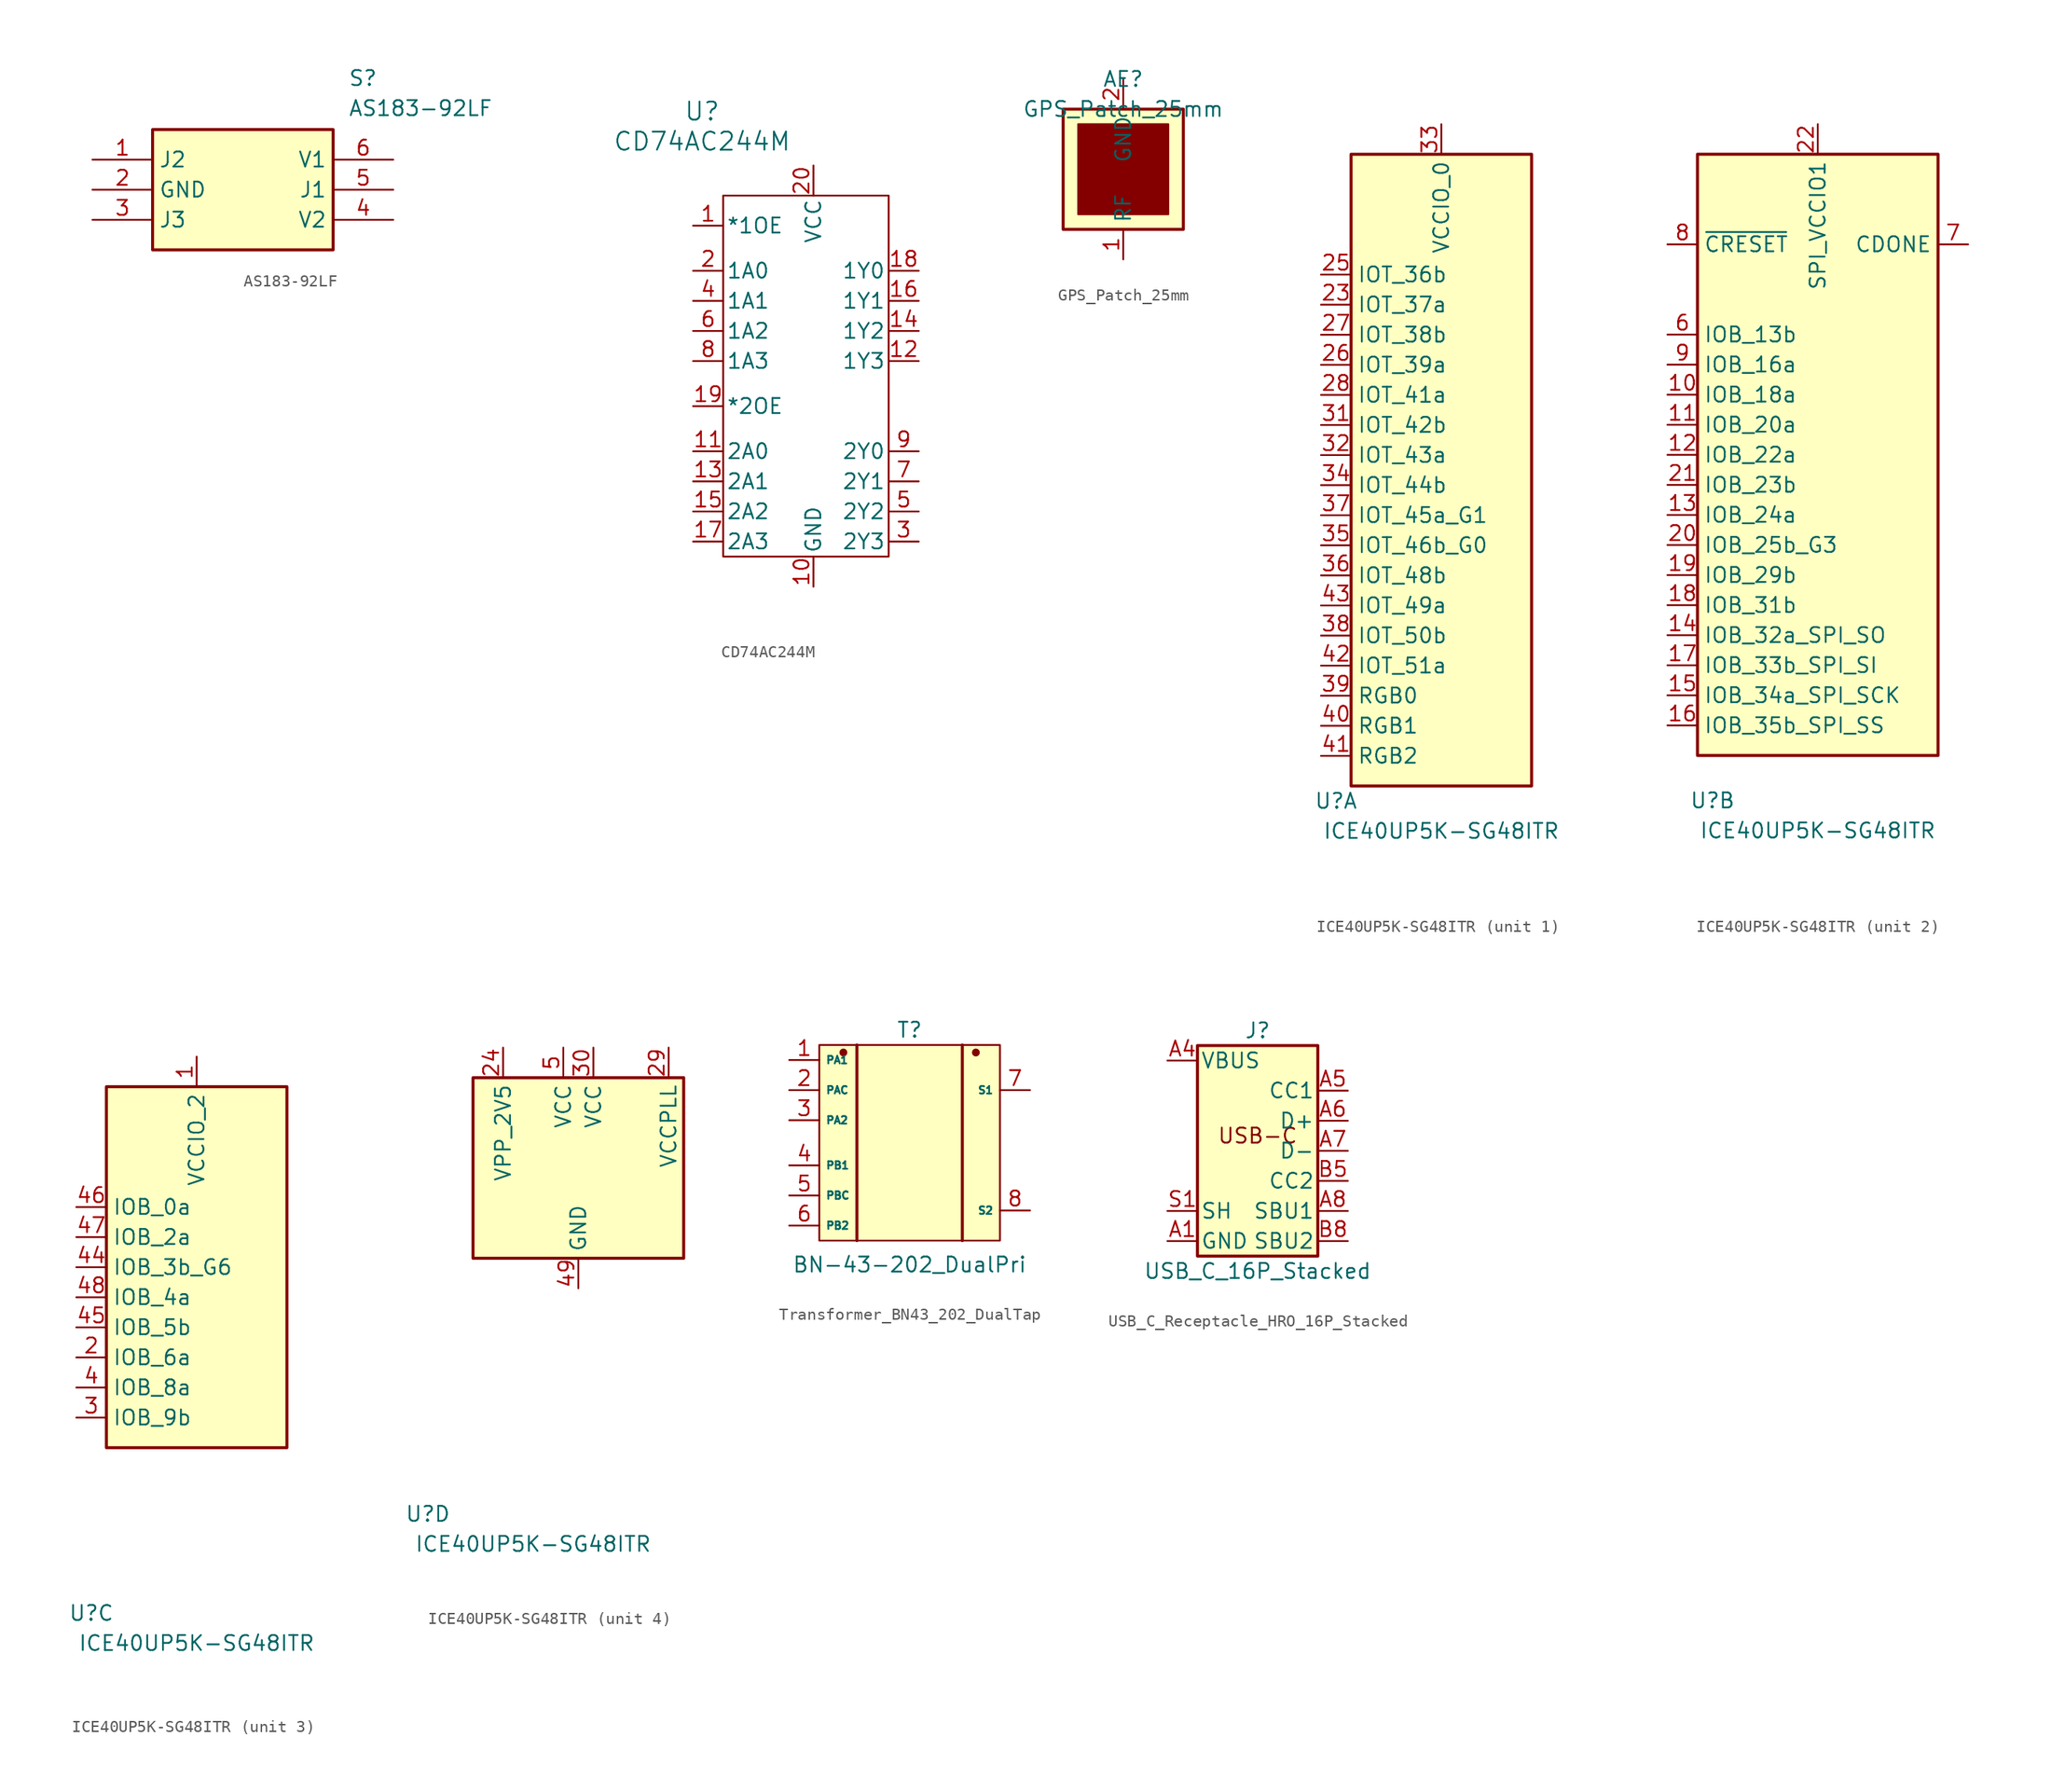
<source format=kicad_sym>
(kicad_symbol_lib
  (version 20241209)
  (generator "kicad_symbol_editor")
  (generator_version "9.0")
  (symbol "AS183-92LF"
    (property "Reference" "S"
      (at 21.59 7.62 0)
      (effects (font (size 1.27 1.27)) (justify left top)))
    (property "Value" "AS183-92LF"
      (at 21.59 5.08 0)
      (effects (font (size 1.27 1.27)) (justify left top)))
    (symbol "AS183-92LF_1_1"
      (rectangle (start 5.08 2.54) (end 20.32 -7.62) (stroke (width 0.254) (type default)) (fill (type background)))
      (pin passive line (at 0 0 0) (length 5.08) (name "J2" (effects (font (size 1.27 1.27)))) (number "1" (effects (font (size 1.27 1.27)))))
      (pin passive line (at 0 -2.54 0) (length 5.08) (name "GND" (effects (font (size 1.27 1.27)))) (number "2" (effects (font (size 1.27 1.27)))))
      (pin passive line (at 0 -5.08 0) (length 5.08) (name "J3" (effects (font (size 1.27 1.27)))) (number "3" (effects (font (size 1.27 1.27)))))
      (pin passive line (at 25.4 0 180) (length 5.08) (name "V1" (effects (font (size 1.27 1.27)))) (number "6" (effects (font (size 1.27 1.27)))))
      (pin passive line (at 25.4 -2.54 180) (length 5.08) (name "J1" (effects (font (size 1.27 1.27)))) (number "5" (effects (font (size 1.27 1.27)))))
      (pin passive line (at 25.4 -5.08 180) (length 5.08) (name "V2" (effects (font (size 1.27 1.27)))) (number "4" (effects (font (size 1.27 1.27)))))))
  (symbol "CD74AC244M"
    (pin_names
      (offset 0.254))
    (property "Reference" "U"
      (at 13.462 9.652 0)
      (effects (font (size 1.524 1.524))))
    (property "Value" "CD74AC244M"
      (at 13.462 7.112 0)
      (effects (font (size 1.524 1.524))))
    (property "ki_locked" ""
      (at 0 0 0)
      (effects (font (size 1.27 1.27))))
    (symbol "CD74AC244M_1_1"
      (rectangle (start 15.24 2.54) (end 29.21 -27.94) (stroke (width 0) (type default)) (fill (type none)))
      (pin input line (at 12.7 0 0) (length 2.54) (name "*1OE" (effects (font (size 1.27 1.27)))) (number "1" (effects (font (size 1.27 1.27)))))
      (pin input line (at 12.7 -3.81 0) (length 2.54) (name "1A0" (effects (font (size 1.27 1.27)))) (number "2" (effects (font (size 1.27 1.27)))))
      (pin input line (at 12.7 -6.35 0) (length 2.54) (name "1A1" (effects (font (size 1.27 1.27)))) (number "4" (effects (font (size 1.27 1.27)))))
      (pin input line (at 12.7 -8.89 0) (length 2.54) (name "1A2" (effects (font (size 1.27 1.27)))) (number "6" (effects (font (size 1.27 1.27)))))
      (pin input line (at 12.7 -11.43 0) (length 2.54) (name "1A3" (effects (font (size 1.27 1.27)))) (number "8" (effects (font (size 1.27 1.27)))))
      (pin input line (at 12.7 -15.24 0) (length 2.54) (name "*2OE" (effects (font (size 1.27 1.27)))) (number "19" (effects (font (size 1.27 1.27)))))
      (pin input line (at 12.7 -19.05 0) (length 2.54) (name "2A0" (effects (font (size 1.27 1.27)))) (number "11" (effects (font (size 1.27 1.27)))))
      (pin input line (at 12.7 -21.59 0) (length 2.54) (name "2A1" (effects (font (size 1.27 1.27)))) (number "13" (effects (font (size 1.27 1.27)))))
      (pin input line (at 12.7 -24.13 0) (length 2.54) (name "2A2" (effects (font (size 1.27 1.27)))) (number "15" (effects (font (size 1.27 1.27)))))
      (pin input line (at 12.7 -26.67 0) (length 2.54) (name "2A3" (effects (font (size 1.27 1.27)))) (number "17" (effects (font (size 1.27 1.27)))))
      (pin power_in line (at 22.86 5.08 270) (length 2.54) (name "VCC" (effects (font (size 1.27 1.27)))) (number "20" (effects (font (size 1.27 1.27)))))
      (pin power_in line (at 22.86 -30.48 90) (length 2.54) (name "GND" (effects (font (size 1.27 1.27)))) (number "10" (effects (font (size 1.27 1.27)))))
      (pin output line (at 31.75 -3.81 180) (length 2.54) (name "1Y0" (effects (font (size 1.27 1.27)))) (number "18" (effects (font (size 1.27 1.27)))))
      (pin output line (at 31.75 -6.35 180) (length 2.54) (name "1Y1" (effects (font (size 1.27 1.27)))) (number "16" (effects (font (size 1.27 1.27)))))
      (pin output line (at 31.75 -8.89 180) (length 2.54) (name "1Y2" (effects (font (size 1.27 1.27)))) (number "14" (effects (font (size 1.27 1.27)))))
      (pin output line (at 31.75 -11.43 180) (length 2.54) (name "1Y3" (effects (font (size 1.27 1.27)))) (number "12" (effects (font (size 1.27 1.27)))))
      (pin output line (at 31.75 -19.05 180) (length 2.54) (name "2Y0" (effects (font (size 1.27 1.27)))) (number "9" (effects (font (size 1.27 1.27)))))
      (pin output line (at 31.75 -21.59 180) (length 2.54) (name "2Y1" (effects (font (size 1.27 1.27)))) (number "7" (effects (font (size 1.27 1.27)))))
      (pin output line (at 31.75 -24.13 180) (length 2.54) (name "2Y2" (effects (font (size 1.27 1.27)))) (number "5" (effects (font (size 1.27 1.27)))))
      (pin output line (at 31.75 -26.67 180) (length 2.54) (name "2Y3" (effects (font (size 1.27 1.27)))) (number "3" (effects (font (size 1.27 1.27)))))))
  (symbol "GPS_Patch_25mm"
    (property "Reference" "AE"
      (at 0 7.62 0)
      (effects (font (size 1.27 1.27))))
    (property "Value" "GPS_Patch_25mm"
      (at 0 5.08 0)
      (effects (font (size 1.27 1.27))))
    (symbol "GPS_Patch_25mm_0_1"
      (rectangle (start -5.08 5.08) (end 5.08 -5.08) (stroke (width 0.254) (type default)) (fill (type background)))
      (rectangle (start -3.81 3.81) (end 3.81 -3.81) (stroke (width 0) (type default)) (fill (type outline)))
      (circle (center 0 -1.27) (radius 0.5) (stroke (width 0) (type default)) (fill (type outline))))
    (symbol "GPS_Patch_25mm_1_1"
      (pin power_in line (at 0 7.62 270) (length 2.54) (name "GND" (effects (font (size 1.27 1.27)))) (number "2" (effects (font (size 1.27 1.27)))))
      (pin input line (at 0 -7.62 90) (length 2.54) (name "RF" (effects (font (size 1.27 1.27)))) (number "1" (effects (font (size 1.27 1.27)))))))
  (symbol "ICE40UP5K-SG48ITR"
    (property "Reference" "U"
      (at -8.89 -29.21 0)
      (effects (font (size 1.27 1.27))))
    (property "Value" "ICE40UP5K-SG48ITR"
      (at 0 -31.75 0)
      (effects (font (size 1.27 1.27))))
    (property "ki_locked" ""
      (at 0 0 0)
      (effects (font (size 1.27 1.27))))
    (symbol "ICE40UP5K-SG48ITR_1_1"
      (rectangle (start -7.62 25.4) (end 7.62 -27.94) (stroke (width 0.254) (type default)) (fill (type background)))
      (pin bidirectional line (at -10.16 15.24 0) (length 2.54) (name "IOT_36b" (effects (font (size 1.27 1.27)))) (number "25" (effects (font (size 1.27 1.27)))))
      (pin bidirectional line (at -10.16 12.7 0) (length 2.54) (name "IOT_37a" (effects (font (size 1.27 1.27)))) (number "23" (effects (font (size 1.27 1.27)))))
      (pin bidirectional line (at -10.16 10.16 0) (length 2.54) (name "IOT_38b" (effects (font (size 1.27 1.27)))) (number "27" (effects (font (size 1.27 1.27)))))
      (pin bidirectional line (at -10.16 7.62 0) (length 2.54) (name "IOT_39a" (effects (font (size 1.27 1.27)))) (number "26" (effects (font (size 1.27 1.27)))))
      (pin bidirectional line (at -10.16 5.08 0) (length 2.54) (name "IOT_41a" (effects (font (size 1.27 1.27)))) (number "28" (effects (font (size 1.27 1.27)))))
      (pin bidirectional line (at -10.16 2.54 0) (length 2.54) (name "IOT_42b" (effects (font (size 1.27 1.27)))) (number "31" (effects (font (size 1.27 1.27)))))
      (pin bidirectional line (at -10.16 0 0) (length 2.54) (name "IOT_43a" (effects (font (size 1.27 1.27)))) (number "32" (effects (font (size 1.27 1.27)))))
      (pin bidirectional line (at -10.16 -2.54 0) (length 2.54) (name "IOT_44b" (effects (font (size 1.27 1.27)))) (number "34" (effects (font (size 1.27 1.27)))))
      (pin bidirectional line (at -10.16 -5.08 0) (length 2.54) (name "IOT_45a_G1" (effects (font (size 1.27 1.27)))) (number "37" (effects (font (size 1.27 1.27)))))
      (pin bidirectional line (at -10.16 -7.62 0) (length 2.54) (name "IOT_46b_G0" (effects (font (size 1.27 1.27)))) (number "35" (effects (font (size 1.27 1.27)))))
      (pin bidirectional line (at -10.16 -10.16 0) (length 2.54) (name "IOT_48b" (effects (font (size 1.27 1.27)))) (number "36" (effects (font (size 1.27 1.27)))))
      (pin bidirectional line (at -10.16 -12.7 0) (length 2.54) (name "IOT_49a" (effects (font (size 1.27 1.27)))) (number "43" (effects (font (size 1.27 1.27)))))
      (pin bidirectional line (at -10.16 -15.24 0) (length 2.54) (name "IOT_50b" (effects (font (size 1.27 1.27)))) (number "38" (effects (font (size 1.27 1.27)))))
      (pin bidirectional line (at -10.16 -17.78 0) (length 2.54) (name "IOT_51a" (effects (font (size 1.27 1.27)))) (number "42" (effects (font (size 1.27 1.27)))))
      (pin open_collector line (at -10.16 -20.32 0) (length 2.54) (name "RGB0" (effects (font (size 1.27 1.27)))) (number "39" (effects (font (size 1.27 1.27)))))
      (pin open_collector line (at -10.16 -22.86 0) (length 2.54) (name "RGB1" (effects (font (size 1.27 1.27)))) (number "40" (effects (font (size 1.27 1.27)))))
      (pin open_collector line (at -10.16 -25.4 0) (length 2.54) (name "RGB2" (effects (font (size 1.27 1.27)))) (number "41" (effects (font (size 1.27 1.27)))))
      (pin power_in line (at 0 27.94 270) (length 2.54) (name "VCCIO_0" (effects (font (size 1.27 1.27)))) (number "33" (effects (font (size 1.27 1.27))))))
    (symbol "ICE40UP5K-SG48ITR_2_1"
      (rectangle (start -10.16 25.4) (end 10.16 -25.4) (stroke (width 0.254) (type default)) (fill (type background)))
      (pin input line (at -12.7 17.78 0) (length 2.54) (name "~{CRESET}" (effects (font (size 1.27 1.27)))) (number "8" (effects (font (size 1.27 1.27)))))
      (pin bidirectional line (at -12.7 10.16 0) (length 2.54) (name "IOB_13b" (effects (font (size 1.27 1.27)))) (number "6" (effects (font (size 1.27 1.27)))))
      (pin bidirectional line (at -12.7 7.62 0) (length 2.54) (name "IOB_16a" (effects (font (size 1.27 1.27)))) (number "9" (effects (font (size 1.27 1.27)))))
      (pin bidirectional line (at -12.7 5.08 0) (length 2.54) (name "IOB_18a" (effects (font (size 1.27 1.27)))) (number "10" (effects (font (size 1.27 1.27)))))
      (pin bidirectional line (at -12.7 2.54 0) (length 2.54) (name "IOB_20a" (effects (font (size 1.27 1.27)))) (number "11" (effects (font (size 1.27 1.27)))))
      (pin bidirectional line (at -12.7 0 0) (length 2.54) (name "IOB_22a" (effects (font (size 1.27 1.27)))) (number "12" (effects (font (size 1.27 1.27)))))
      (pin bidirectional line (at -12.7 -2.54 0) (length 2.54) (name "IOB_23b" (effects (font (size 1.27 1.27)))) (number "21" (effects (font (size 1.27 1.27)))))
      (pin bidirectional line (at -12.7 -5.08 0) (length 2.54) (name "IOB_24a" (effects (font (size 1.27 1.27)))) (number "13" (effects (font (size 1.27 1.27)))))
      (pin bidirectional line (at -12.7 -7.62 0) (length 2.54) (name "IOB_25b_G3" (effects (font (size 1.27 1.27)))) (number "20" (effects (font (size 1.27 1.27)))))
      (pin bidirectional line (at -12.7 -10.16 0) (length 2.54) (name "IOB_29b" (effects (font (size 1.27 1.27)))) (number "19" (effects (font (size 1.27 1.27)))))
      (pin bidirectional line (at -12.7 -12.7 0) (length 2.54) (name "IOB_31b" (effects (font (size 1.27 1.27)))) (number "18" (effects (font (size 1.27 1.27)))))
      (pin bidirectional line (at -12.7 -15.24 0) (length 2.54) (name "IOB_32a_SPI_SO" (effects (font (size 1.27 1.27)))) (number "14" (effects (font (size 1.27 1.27)))))
      (pin bidirectional line (at -12.7 -17.78 0) (length 2.54) (name "IOB_33b_SPI_SI" (effects (font (size 1.27 1.27)))) (number "17" (effects (font (size 1.27 1.27)))))
      (pin bidirectional line (at -12.7 -20.32 0) (length 2.54) (name "IOB_34a_SPI_SCK" (effects (font (size 1.27 1.27)))) (number "15" (effects (font (size 1.27 1.27)))))
      (pin bidirectional line (at -12.7 -22.86 0) (length 2.54) (name "IOB_35b_SPI_SS" (effects (font (size 1.27 1.27)))) (number "16" (effects (font (size 1.27 1.27)))))
      (pin power_in line (at 0 27.94 270) (length 2.54) (name "SPI_VCCIO1" (effects (font (size 1.27 1.27)))) (number "22" (effects (font (size 1.27 1.27)))))
      (pin open_collector line (at 12.7 17.78 180) (length 2.54) (name "CDONE" (effects (font (size 1.27 1.27)))) (number "7" (effects (font (size 1.27 1.27))))))
    (symbol "ICE40UP5K-SG48ITR_3_1"
      (rectangle (start -7.62 15.24) (end 7.62 -15.24) (stroke (width 0.254) (type default)) (fill (type background)))
      (pin bidirectional line (at -10.16 5.08 0) (length 2.54) (name "IOB_0a" (effects (font (size 1.27 1.27)))) (number "46" (effects (font (size 1.27 1.27)))))
      (pin bidirectional line (at -10.16 2.54 0) (length 2.54) (name "IOB_2a" (effects (font (size 1.27 1.27)))) (number "47" (effects (font (size 1.27 1.27)))))
      (pin bidirectional line (at -10.16 0 0) (length 2.54) (name "IOB_3b_G6" (effects (font (size 1.27 1.27)))) (number "44" (effects (font (size 1.27 1.27)))))
      (pin bidirectional line (at -10.16 -2.54 0) (length 2.54) (name "IOB_4a" (effects (font (size 1.27 1.27)))) (number "48" (effects (font (size 1.27 1.27)))))
      (pin bidirectional line (at -10.16 -5.08 0) (length 2.54) (name "IOB_5b" (effects (font (size 1.27 1.27)))) (number "45" (effects (font (size 1.27 1.27)))))
      (pin bidirectional line (at -10.16 -7.62 0) (length 2.54) (name "IOB_6a" (effects (font (size 1.27 1.27)))) (number "2" (effects (font (size 1.27 1.27)))))
      (pin bidirectional line (at -10.16 -10.16 0) (length 2.54) (name "IOB_8a" (effects (font (size 1.27 1.27)))) (number "4" (effects (font (size 1.27 1.27)))))
      (pin bidirectional line (at -10.16 -12.7 0) (length 2.54) (name "IOB_9b" (effects (font (size 1.27 1.27)))) (number "3" (effects (font (size 1.27 1.27)))))
      (pin power_in line (at 0 17.78 270) (length 2.54) (name "VCCIO_2" (effects (font (size 1.27 1.27)))) (number "1" (effects (font (size 1.27 1.27))))))
    (symbol "ICE40UP5K-SG48ITR_4_1"
      (rectangle (start -5.08 7.62) (end 12.7 -7.62) (stroke (width 0.254) (type default)) (fill (type background)))
      (pin power_in line (at -2.54 10.16 270) (length 2.54) (name "VPP_2V5" (effects (font (size 1.27 1.27)))) (number "24" (effects (font (size 1.27 1.27)))))
      (pin power_in line (at 2.54 10.16 270) (length 2.54) (name "VCC" (effects (font (size 1.27 1.27)))) (number "5" (effects (font (size 1.27 1.27)))))
      (pin power_in line (at 3.81 -10.16 90) (length 2.54) (name "GND" (effects (font (size 1.27 1.27)))) (number "49" (effects (font (size 1.27 1.27)))))
      (pin passive line (at 5.08 10.16 270) (length 2.54) (name "VCC" (effects (font (size 1.27 1.27)))) (number "30" (effects (font (size 1.27 1.27)))))
      (pin power_out line (at 11.43 10.16 270) (length 2.54) (name "VCCPLL" (effects (font (size 1.27 1.27)))) (number "29" (effects (font (size 1.27 1.27)))))))
  (symbol "Transformer_BN43_202_DualTap"
    (property "Reference" "T"
      (at 0 7.62 0)
      (effects (font (size 1.27 1.27))))
    (property "Value" "BN-43-202_DualPri"
      (at 0 -12.192 0)
      (effects (font (size 1.27 1.27))))
    (symbol "Transformer_BN43_202_DualTap_1_1"
      (rectangle (start -7.62 6.35) (end 7.62 -10.16) (stroke (width 0) (type default)) (fill (type background)))
      (circle (center -5.588 5.715) (radius 0.254) (stroke (width 0) (type default)) (fill (type outline)))
      (polyline (pts (xy -4.445 6.35) (xy -4.445 -10.16)) (stroke (width 0.254) (type default)) (fill (type none)))
      (polyline (pts (xy 4.445 6.35) (xy 4.445 -10.16)) (stroke (width 0.254) (type default)) (fill (type none)))
      (circle (center 5.588 5.715) (radius 0.254) (stroke (width 0) (type default)) (fill (type outline)))
      (pin passive line (at -10.16 5.08 0) (length 2.54) (name "PA1" (effects (font (size 0.635 0.635)))) (number "1" (effects (font (size 1.27 1.27)))))
      (pin passive line (at -10.16 2.54 0) (length 2.54) (name "PAC" (effects (font (size 0.635 0.635)))) (number "2" (effects (font (size 1.27 1.27)))))
      (pin passive line (at -10.16 0 0) (length 2.54) (name "PA2" (effects (font (size 0.635 0.635)))) (number "3" (effects (font (size 1.27 1.27)))))
      (pin passive line (at -10.16 -3.81 0) (length 2.54) (name "PB1" (effects (font (size 0.635 0.635)))) (number "4" (effects (font (size 1.27 1.27)))))
      (pin passive line (at -10.16 -6.35 0) (length 2.54) (name "PBC" (effects (font (size 0.635 0.635)))) (number "5" (effects (font (size 1.27 1.27)))))
      (pin passive line (at -10.16 -8.89 0) (length 2.54) (name "PB2" (effects (font (size 0.635 0.635)))) (number "6" (effects (font (size 1.27 1.27)))))
      (pin passive line (at 10.16 2.54 180) (length 2.54) (name "S1" (effects (font (size 0.635 0.635)))) (number "7" (effects (font (size 1.27 1.27)))))
      (pin passive line (at 10.16 -7.62 180) (length 2.54) (name "S2" (effects (font (size 0.635 0.635)))) (number "8" (effects (font (size 1.27 1.27)))))))
  (symbol "USB_C_Receptacle_HRO_16P_Stacked"
    (pin_names
      (offset 0.254))
    (property "Reference" "J"
      (at 0 10.16 0)
      (effects (font (size 1.27 1.27))))
    (property "Value" "USB_C_16P_Stacked"
      (at 0 -10.16 0)
      (effects (font (size 1.27 1.27))))
    (symbol "USB_C_Receptacle_HRO_16P_Stacked_0_1"
      (rectangle (start -5.08 8.89) (end 5.08 -8.89) (stroke (width 0.254) (type default)) (fill (type background)))
      (text "USB-C" (at 0 1.27 0) (effects (font (size 1.27 1.27)))))
    (symbol "USB_C_Receptacle_HRO_16P_Stacked_1_1"
      (pin power_out line (at -7.62 7.62 0) (length 2.54) (name "VBUS" (effects (font (size 1.27 1.27)))) (number "A4" (effects (font (size 1.27 1.27)))))
      (pin power_out line (at -7.62 7.62 0) (length 2.54) (hide yes) (name "VBUS" (effects (font (size 1.27 1.27)))) (number "A9" (effects (font (size 1.27 1.27)))))
      (pin power_out line (at -7.62 7.62 0) (length 2.54) (hide yes) (name "VBUS" (effects (font (size 1.27 1.27)))) (number "B4" (effects (font (size 1.27 1.27)))))
      (pin power_out line (at -7.62 7.62 0) (length 2.54) (hide yes) (name "VBUS" (effects (font (size 1.27 1.27)))) (number "B9" (effects (font (size 1.27 1.27)))))
      (pin passive line (at -7.62 -5.08 0) (length 2.54) (name "SH" (effects (font (size 1.27 1.27)))) (number "S1" (effects (font (size 1.27 1.27)))))
      (pin passive line (at -7.62 -5.08 0) (length 2.54) (hide yes) (name "SH" (effects (font (size 1.27 1.27)))) (number "S2" (effects (font (size 1.27 1.27)))))
      (pin passive line (at -7.62 -5.08 0) (length 2.54) (hide yes) (name "SH" (effects (font (size 1.27 1.27)))) (number "S3" (effects (font (size 1.27 1.27)))))
      (pin passive line (at -7.62 -5.08 0) (length 2.54) (hide yes) (name "SH" (effects (font (size 1.27 1.27)))) (number "S4" (effects (font (size 1.27 1.27)))))
      (pin power_out line (at -7.62 -7.62 0) (length 2.54) (name "GND" (effects (font (size 1.27 1.27)))) (number "A1" (effects (font (size 1.27 1.27)))))
      (pin power_out line (at -7.62 -7.62 0) (length 2.54) (hide yes) (name "GND" (effects (font (size 1.27 1.27)))) (number "A12" (effects (font (size 1.27 1.27)))))
      (pin power_out line (at -7.62 -7.62 0) (length 2.54) (hide yes) (name "GND" (effects (font (size 1.27 1.27)))) (number "B1" (effects (font (size 1.27 1.27)))))
      (pin power_out line (at -7.62 -7.62 0) (length 2.54) (hide yes) (name "GND" (effects (font (size 1.27 1.27)))) (number "B12" (effects (font (size 1.27 1.27)))))
      (pin bidirectional line (at 7.62 5.08 180) (length 2.54) (name "CC1" (effects (font (size 1.27 1.27)))) (number "A5" (effects (font (size 1.27 1.27)))))
      (pin bidirectional line (at 7.62 2.54 180) (length 2.54) (name "D+" (effects (font (size 1.27 1.27)))) (number "A6" (effects (font (size 1.27 1.27)))))
      (pin bidirectional line (at 7.62 2.54 180) (length 2.54) (hide yes) (name "D+" (effects (font (size 1.27 1.27)))) (number "B6" (effects (font (size 1.27 1.27)))))
      (pin bidirectional line (at 7.62 0 180) (length 2.54) (name "D-" (effects (font (size 1.27 1.27)))) (number "A7" (effects (font (size 1.27 1.27)))))
      (pin bidirectional line (at 7.62 0 180) (length 2.54) (hide yes) (name "D-" (effects (font (size 1.27 1.27)))) (number "B7" (effects (font (size 1.27 1.27)))))
      (pin bidirectional line (at 7.62 -2.54 180) (length 2.54) (name "CC2" (effects (font (size 1.27 1.27)))) (number "B5" (effects (font (size 1.27 1.27)))))
      (pin bidirectional line (at 7.62 -5.08 180) (length 2.54) (name "SBU1" (effects (font (size 1.27 1.27)))) (number "A8" (effects (font (size 1.27 1.27)))))
      (pin bidirectional line (at 7.62 -7.62 180) (length 2.54) (name "SBU2" (effects (font (size 1.27 1.27)))) (number "B8" (effects (font (size 1.27 1.27))))))))
</source>
